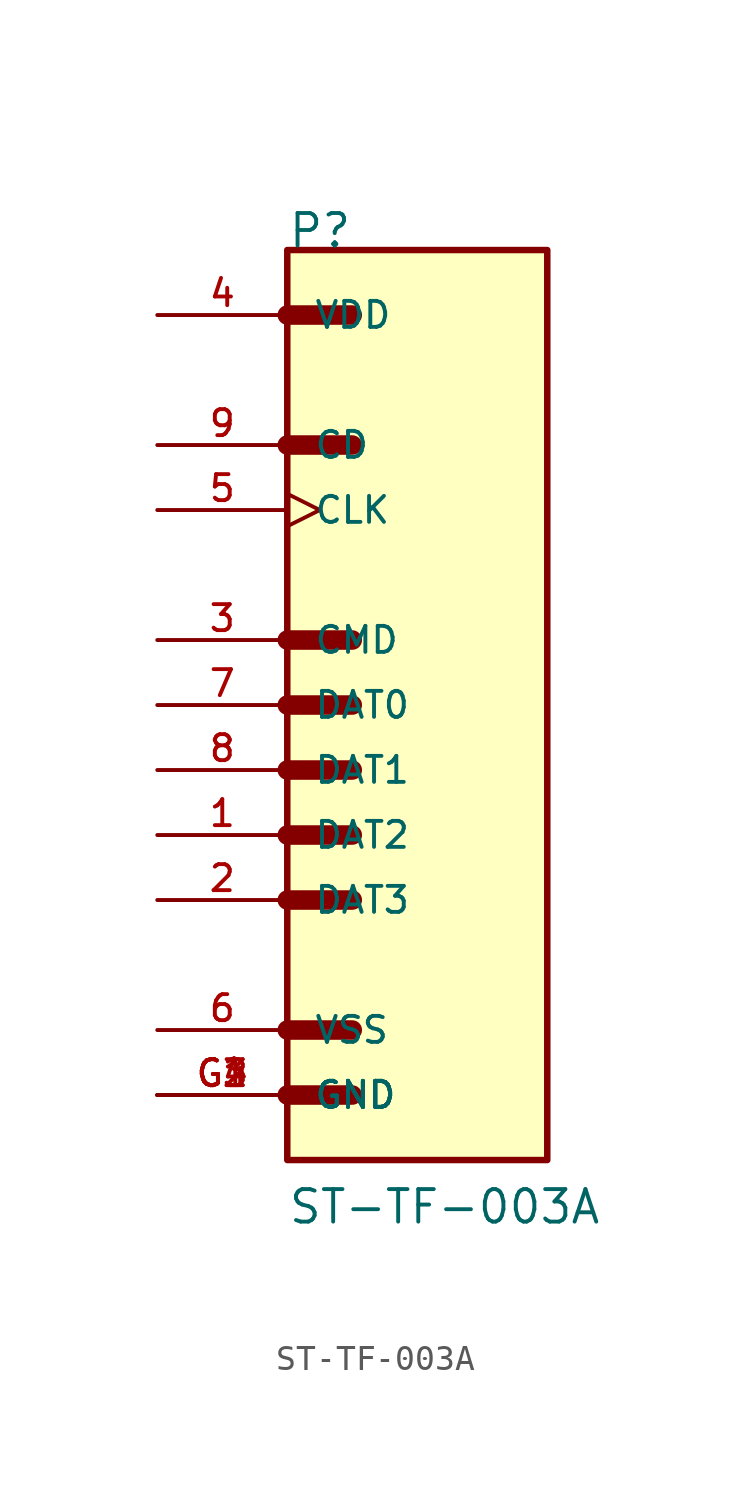
<source format=kicad_sym>
(kicad_symbol_lib
  (version 20220914)
  (generator kicad_symbol_editor)
  (symbol "ST-TF-003A"
    (pin_names
      (offset 1.016))
    (property "Reference" "P"
      (at 0 17.794 0)
      (effects (font (size 1.27 1.27)) (justify left bottom)))
    (property "Value" "ST-TF-003A"
      (at 0 -20.349 0)
      (effects (font (size 1.27 1.27)) (justify left bottom)))
    (symbol "ST-TF-003A_0_0"
      (rectangle (start 0 -17.78) (end 10.16 17.78) (stroke (width 0.254) (type default)) (fill (type background)))
      (polyline (pts (xy 0 -15.24) (xy 2.54 -15.24)) (stroke (width 0.762) (type default)) (fill (type none)))
      (polyline (pts (xy 0 -12.7) (xy 2.54 -12.7)) (stroke (width 0.762) (type default)) (fill (type none)))
      (polyline (pts (xy 0 -7.62) (xy 2.54 -7.62)) (stroke (width 0.762) (type default)) (fill (type none)))
      (polyline (pts (xy 0 -5.08) (xy 2.54 -5.08)) (stroke (width 0.762) (type default)) (fill (type none)))
      (polyline (pts (xy 0 -2.54) (xy 2.54 -2.54)) (stroke (width 0.762) (type default)) (fill (type none)))
      (polyline (pts (xy 0 0) (xy 2.54 0)) (stroke (width 0.762) (type default)) (fill (type none)))
      (polyline (pts (xy 0 2.54) (xy 2.54 2.54)) (stroke (width 0.762) (type default)) (fill (type none)))
      (polyline (pts (xy 0 10.16) (xy 2.54 10.16)) (stroke (width 0.762) (type default)) (fill (type none)))
      (polyline (pts (xy 0 15.24) (xy 2.54 15.24)) (stroke (width 0.762) (type default)) (fill (type none)))
      (pin bidirectional line (at -5.08 -5.08 0) (length 5.08) (name "DAT2" (effects (font (size 1.016 1.016)))) (number "1" (effects (font (size 1.016 1.016)))))
      (pin bidirectional line (at -5.08 -7.62 0) (length 5.08) (name "DAT3" (effects (font (size 1.016 1.016)))) (number "2" (effects (font (size 1.016 1.016)))))
      (pin bidirectional line (at -5.08 2.54 0) (length 5.08) (name "CMD" (effects (font (size 1.016 1.016)))) (number "3" (effects (font (size 1.016 1.016)))))
      (pin power_in line (at -5.08 15.24 0) (length 5.08) (name "VDD" (effects (font (size 1.016 1.016)))) (number "4" (effects (font (size 1.016 1.016)))))
      (pin input clock (at -5.08 7.62 0) (length 5.08) (name "CLK" (effects (font (size 1.016 1.016)))) (number "5" (effects (font (size 1.016 1.016)))))
      (pin passive line (at -5.08 -12.7 0) (length 5.08) (name "VSS" (effects (font (size 1.016 1.016)))) (number "6" (effects (font (size 1.016 1.016)))))
      (pin bidirectional line (at -5.08 0 0) (length 5.08) (name "DAT0" (effects (font (size 1.016 1.016)))) (number "7" (effects (font (size 1.016 1.016)))))
      (pin bidirectional line (at -5.08 -2.54 0) (length 5.08) (name "DAT1" (effects (font (size 1.016 1.016)))) (number "8" (effects (font (size 1.016 1.016)))))
      (pin input line (at -5.08 10.16 0) (length 5.08) (name "CD" (effects (font (size 1.016 1.016)))) (number "9" (effects (font (size 1.016 1.016)))))
      (pin passive line (at -5.08 -15.24 0) (length 5.08) (name "GND" (effects (font (size 1.016 1.016)))) (number "G1" (effects (font (size 1.016 1.016)))))
      (pin passive line (at -5.08 -15.24 0) (length 5.08) (name "GND" (effects (font (size 1.016 1.016)))) (number "G2" (effects (font (size 1.016 1.016)))))
      (pin passive line (at -5.08 -15.24 0) (length 5.08) (name "GND" (effects (font (size 1.016 1.016)))) (number "G3" (effects (font (size 1.016 1.016)))))
      (pin passive line (at -5.08 -15.24 0) (length 5.08) (name "GND" (effects (font (size 1.016 1.016)))) (number "G4" (effects (font (size 1.016 1.016))))))))
</source>
